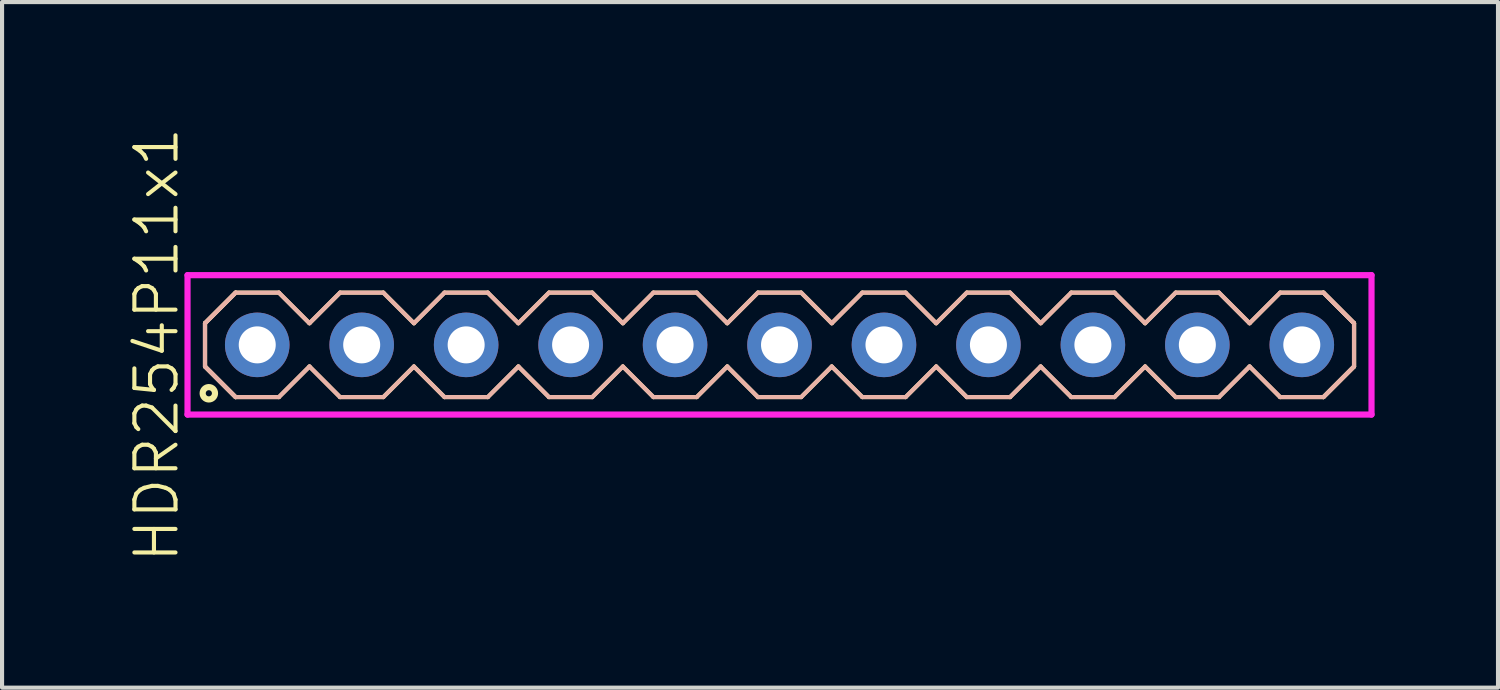
<source format=kicad_pcb>
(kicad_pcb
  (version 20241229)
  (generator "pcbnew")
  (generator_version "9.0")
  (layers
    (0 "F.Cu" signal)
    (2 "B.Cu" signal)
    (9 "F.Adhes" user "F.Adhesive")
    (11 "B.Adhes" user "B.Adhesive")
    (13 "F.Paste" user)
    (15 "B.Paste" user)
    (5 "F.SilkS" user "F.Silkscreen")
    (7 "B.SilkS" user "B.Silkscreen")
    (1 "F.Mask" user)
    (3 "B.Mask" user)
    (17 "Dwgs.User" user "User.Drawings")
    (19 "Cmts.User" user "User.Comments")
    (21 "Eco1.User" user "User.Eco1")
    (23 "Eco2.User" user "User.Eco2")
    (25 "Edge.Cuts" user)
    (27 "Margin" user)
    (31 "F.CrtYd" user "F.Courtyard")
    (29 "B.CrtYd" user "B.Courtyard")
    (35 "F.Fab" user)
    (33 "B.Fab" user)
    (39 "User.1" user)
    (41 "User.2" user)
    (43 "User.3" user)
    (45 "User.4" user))
  (footprint "HDR254P11x1"
    (layer "F.Cu")
    (at 15.905 5.336)
    (property "Reference" "HDR254P11x1" (at -15.145 0 90) (layer "F.SilkS") (effects (font (size 1 1) (thickness 0.1))))
    (attr through_hole)
    (fp_line (start -13.97 -0.526) (end -13.226 -1.27) (stroke (width 0.1) (type solid)) (layer "F.SilkS"))
    (fp_line (start -13.97 -0.526) (end -13.226 -1.27) (stroke (width 0.1) (type solid)) (layer "F.SilkS"))
    (fp_line (start -13.97 0.526) (end -13.97 -0.526) (stroke (width 0.1) (type solid)) (layer "F.SilkS"))
    (fp_line (start -13.97 0.526) (end -13.97 -0.526) (stroke (width 0.1) (type solid)) (layer "F.SilkS"))
    (fp_line (start -13.226 -1.27) (end -12.174 -1.27) (stroke (width 0.1) (type solid)) (layer "F.SilkS"))
    (fp_line (start -13.226 1.27) (end -13.97 0.526) (stroke (width 0.1) (type solid)) (layer "F.SilkS"))
    (fp_line (start -13.226 1.27) (end -13.97 0.526) (stroke (width 0.1) (type solid)) (layer "F.SilkS"))
    (fp_line (start -12.174 -1.27) (end -11.43 -0.526) (stroke (width 0.1) (type solid)) (layer "F.SilkS"))
    (fp_line (start -12.174 1.27) (end -13.226 1.27) (stroke (width 0.1) (type solid)) (layer "F.SilkS"))
    (fp_line (start -11.43 -0.526) (end -10.686 -1.27) (stroke (width 0.1) (type solid)) (layer "F.SilkS"))
    (fp_line (start -11.43 0.526) (end -12.174 1.27) (stroke (width 0.1) (type solid)) (layer "F.SilkS"))
    (fp_line (start -10.686 -1.27) (end -9.634 -1.27) (stroke (width 0.1) (type solid)) (layer "F.SilkS"))
    (fp_line (start -10.686 1.27) (end -11.43 0.526) (stroke (width 0.1) (type solid)) (layer "F.SilkS"))
    (fp_line (start -9.634 -1.27) (end -8.89 -0.526) (stroke (width 0.1) (type solid)) (layer "F.SilkS"))
    (fp_line (start -9.634 1.27) (end -10.686 1.27) (stroke (width 0.1) (type solid)) (layer "F.SilkS"))
    (fp_line (start -8.89 -0.526) (end -8.146 -1.27) (stroke (width 0.1) (type solid)) (layer "F.SilkS"))
    (fp_line (start -8.89 0.526) (end -9.634 1.27) (stroke (width 0.1) (type solid)) (layer "F.SilkS"))
    (fp_line (start -8.146 -1.27) (end -7.094 -1.27) (stroke (width 0.1) (type solid)) (layer "F.SilkS"))
    (fp_line (start -8.146 1.27) (end -8.89 0.526) (stroke (width 0.1) (type solid)) (layer "F.SilkS"))
    (fp_line (start -7.094 -1.27) (end -6.35 -0.526) (stroke (width 0.1) (type solid)) (layer "F.SilkS"))
    (fp_line (start -7.094 1.27) (end -8.146 1.27) (stroke (width 0.1) (type solid)) (layer "F.SilkS"))
    (fp_line (start -6.35 -0.526) (end -5.606 -1.27) (stroke (width 0.1) (type solid)) (layer "F.SilkS"))
    (fp_line (start -6.35 0.526) (end -7.094 1.27) (stroke (width 0.1) (type solid)) (layer "F.SilkS"))
    (fp_line (start -5.606 -1.27) (end -4.554 -1.27) (stroke (width 0.1) (type solid)) (layer "F.SilkS"))
    (fp_line (start -5.606 1.27) (end -6.35 0.526) (stroke (width 0.1) (type solid)) (layer "F.SilkS"))
    (fp_line (start -4.554 -1.27) (end -3.81 -0.526) (stroke (width 0.1) (type solid)) (layer "F.SilkS"))
    (fp_line (start -4.554 1.27) (end -5.606 1.27) (stroke (width 0.1) (type solid)) (layer "F.SilkS"))
    (fp_line (start -3.81 -0.526) (end -3.066 -1.27) (stroke (width 0.1) (type solid)) (layer "F.SilkS"))
    (fp_line (start -3.81 0.526) (end -4.554 1.27) (stroke (width 0.1) (type solid)) (layer "F.SilkS"))
    (fp_line (start -3.066 -1.27) (end -2.014 -1.27) (stroke (width 0.1) (type solid)) (layer "F.SilkS"))
    (fp_line (start -3.066 1.27) (end -3.81 0.526) (stroke (width 0.1) (type solid)) (layer "F.SilkS"))
    (fp_line (start -2.014 -1.27) (end -1.27 -0.526) (stroke (width 0.1) (type solid)) (layer "F.SilkS"))
    (fp_line (start -2.014 1.27) (end -3.066 1.27) (stroke (width 0.1) (type solid)) (layer "F.SilkS"))
    (fp_line (start -1.27 -0.526) (end -0.526 -1.27) (stroke (width 0.1) (type solid)) (layer "F.SilkS"))
    (fp_line (start -1.27 0.526) (end -2.014 1.27) (stroke (width 0.1) (type solid)) (layer "F.SilkS"))
    (fp_line (start -0.526 -1.27) (end 0.526 -1.27) (stroke (width 0.1) (type solid)) (layer "F.SilkS"))
    (fp_line (start -0.526 1.27) (end -1.27 0.526) (stroke (width 0.1) (type solid)) (layer "F.SilkS"))
    (fp_line (start 0.526 -1.27) (end 1.27 -0.526) (stroke (width 0.1) (type solid)) (layer "F.SilkS"))
    (fp_line (start 0.526 1.27) (end -0.526 1.27) (stroke (width 0.1) (type solid)) (layer "F.SilkS"))
    (fp_line (start 1.27 -0.526) (end 2.014 -1.27) (stroke (width 0.1) (type solid)) (layer "F.SilkS"))
    (fp_line (start 1.27 0.526) (end 0.526 1.27) (stroke (width 0.1) (type solid)) (layer "F.SilkS"))
    (fp_line (start 2.014 -1.27) (end 3.066 -1.27) (stroke (width 0.1) (type solid)) (layer "F.SilkS"))
    (fp_line (start 2.014 1.27) (end 1.27 0.526) (stroke (width 0.1) (type solid)) (layer "F.SilkS"))
    (fp_line (start 3.066 -1.27) (end 3.81 -0.526) (stroke (width 0.1) (type solid)) (layer "F.SilkS"))
    (fp_line (start 3.066 1.27) (end 2.014 1.27) (stroke (width 0.1) (type solid)) (layer "F.SilkS"))
    (fp_line (start 3.81 -0.526) (end 4.554 -1.27) (stroke (width 0.1) (type solid)) (layer "F.SilkS"))
    (fp_line (start 3.81 0.526) (end 3.066 1.27) (stroke (width 0.1) (type solid)) (layer "F.SilkS"))
    (fp_line (start 4.554 -1.27) (end 5.606 -1.27) (stroke (width 0.1) (type solid)) (layer "F.SilkS"))
    (fp_line (start 4.554 1.27) (end 3.81 0.526) (stroke (width 0.1) (type solid)) (layer "F.SilkS"))
    (fp_line (start 5.606 -1.27) (end 6.35 -0.526) (stroke (width 0.1) (type solid)) (layer "F.SilkS"))
    (fp_line (start 5.606 1.27) (end 4.554 1.27) (stroke (width 0.1) (type solid)) (layer "F.SilkS"))
    (fp_line (start 6.35 -0.526) (end 7.094 -1.27) (stroke (width 0.1) (type solid)) (layer "F.SilkS"))
    (fp_line (start 6.35 0.526) (end 5.606 1.27) (stroke (width 0.1) (type solid)) (layer "F.SilkS"))
    (fp_line (start 7.094 -1.27) (end 8.146 -1.27) (stroke (width 0.1) (type solid)) (layer "F.SilkS"))
    (fp_line (start 7.094 1.27) (end 6.35 0.526) (stroke (width 0.1) (type solid)) (layer "F.SilkS"))
    (fp_line (start 8.146 -1.27) (end 8.89 -0.526) (stroke (width 0.1) (type solid)) (layer "F.SilkS"))
    (fp_line (start 8.146 1.27) (end 7.094 1.27) (stroke (width 0.1) (type solid)) (layer "F.SilkS"))
    (fp_line (start 8.89 -0.526) (end 9.634 -1.27) (stroke (width 0.1) (type solid)) (layer "F.SilkS"))
    (fp_line (start 8.89 0.526) (end 8.146 1.27) (stroke (width 0.1) (type solid)) (layer "F.SilkS"))
    (fp_line (start 9.634 -1.27) (end 10.686 -1.27) (stroke (width 0.1) (type solid)) (layer "F.SilkS"))
    (fp_line (start 9.634 1.27) (end 8.89 0.526) (stroke (width 0.1) (type solid)) (layer "F.SilkS"))
    (fp_line (start 10.686 -1.27) (end 11.43 -0.526) (stroke (width 0.1) (type solid)) (layer "F.SilkS"))
    (fp_line (start 10.686 1.27) (end 9.634 1.27) (stroke (width 0.1) (type solid)) (layer "F.SilkS"))
    (fp_line (start 11.43 -0.526) (end 12.174 -1.27) (stroke (width 0.1) (type solid)) (layer "F.SilkS"))
    (fp_line (start 11.43 0.526) (end 10.686 1.27) (stroke (width 0.1) (type solid)) (layer "F.SilkS"))
    (fp_line (start 12.174 -1.27) (end 13.226 -1.27) (stroke (width 0.1) (type solid)) (layer "F.SilkS"))
    (fp_line (start 12.174 1.27) (end 11.43 0.526) (stroke (width 0.1) (type solid)) (layer "F.SilkS"))
    (fp_line (start 13.226 -1.27) (end 13.97 -0.526) (stroke (width 0.1) (type solid)) (layer "F.SilkS"))
    (fp_line (start 13.226 -1.27) (end 13.97 -0.526) (stroke (width 0.1) (type solid)) (layer "F.SilkS"))
    (fp_line (start 13.226 1.27) (end 12.174 1.27) (stroke (width 0.1) (type solid)) (layer "F.SilkS"))
    (fp_line (start 13.97 -0.526) (end 13.97 0.526) (stroke (width 0.1) (type solid)) (layer "F.SilkS"))
    (fp_line (start 13.97 -0.526) (end 13.97 0.526) (stroke (width 0.1) (type solid)) (layer "F.SilkS"))
    (fp_line (start 13.97 0.526) (end 13.226 1.27) (stroke (width 0.1) (type solid)) (layer "F.SilkS"))
    (fp_line (start 13.97 0.526) (end 13.226 1.27) (stroke (width 0.1) (type solid)) (layer "F.SilkS"))
    (fp_circle (center -13.877 1.177) (end -13.727 1.177) (stroke (width 0.15) (type solid)) (fill no) (layer "F.SilkS"))
    (fp_line (start -13.97 -0.526) (end -13.226 -1.27) (stroke (width 0.1) (type solid)) (layer "B.SilkS"))
    (fp_line (start -13.97 -0.526) (end -13.226 -1.27) (stroke (width 0.1) (type solid)) (layer "B.SilkS"))
    (fp_line (start -13.97 0.526) (end -13.97 -0.526) (stroke (width 0.1) (type solid)) (layer "B.SilkS"))
    (fp_line (start -13.97 0.526) (end -13.97 -0.526) (stroke (width 0.1) (type solid)) (layer "B.SilkS"))
    (fp_line (start -13.226 -1.27) (end -12.174 -1.27) (stroke (width 0.1) (type solid)) (layer "B.SilkS"))
    (fp_line (start -13.226 1.27) (end -13.97 0.526) (stroke (width 0.1) (type solid)) (layer "B.SilkS"))
    (fp_line (start -13.226 1.27) (end -13.97 0.526) (stroke (width 0.1) (type solid)) (layer "B.SilkS"))
    (fp_line (start -12.174 -1.27) (end -11.43 -0.526) (stroke (width 0.1) (type solid)) (layer "B.SilkS"))
    (fp_line (start -12.174 1.27) (end -13.226 1.27) (stroke (width 0.1) (type solid)) (layer "B.SilkS"))
    (fp_line (start -11.43 -0.526) (end -10.686 -1.27) (stroke (width 0.1) (type solid)) (layer "B.SilkS"))
    (fp_line (start -11.43 0.526) (end -12.174 1.27) (stroke (width 0.1) (type solid)) (layer "B.SilkS"))
    (fp_line (start -10.686 -1.27) (end -9.634 -1.27) (stroke (width 0.1) (type solid)) (layer "B.SilkS"))
    (fp_line (start -10.686 1.27) (end -11.43 0.526) (stroke (width 0.1) (type solid)) (layer "B.SilkS"))
    (fp_line (start -9.634 -1.27) (end -8.89 -0.526) (stroke (width 0.1) (type solid)) (layer "B.SilkS"))
    (fp_line (start -9.634 1.27) (end -10.686 1.27) (stroke (width 0.1) (type solid)) (layer "B.SilkS"))
    (fp_line (start -8.89 -0.526) (end -8.146 -1.27) (stroke (width 0.1) (type solid)) (layer "B.SilkS"))
    (fp_line (start -8.89 0.526) (end -9.634 1.27) (stroke (width 0.1) (type solid)) (layer "B.SilkS"))
    (fp_line (start -8.146 -1.27) (end -7.094 -1.27) (stroke (width 0.1) (type solid)) (layer "B.SilkS"))
    (fp_line (start -8.146 1.27) (end -8.89 0.526) (stroke (width 0.1) (type solid)) (layer "B.SilkS"))
    (fp_line (start -7.094 -1.27) (end -6.35 -0.526) (stroke (width 0.1) (type solid)) (layer "B.SilkS"))
    (fp_line (start -7.094 1.27) (end -8.146 1.27) (stroke (width 0.1) (type solid)) (layer "B.SilkS"))
    (fp_line (start -6.35 -0.526) (end -5.606 -1.27) (stroke (width 0.1) (type solid)) (layer "B.SilkS"))
    (fp_line (start -6.35 0.526) (end -7.094 1.27) (stroke (width 0.1) (type solid)) (layer "B.SilkS"))
    (fp_line (start -5.606 -1.27) (end -4.554 -1.27) (stroke (width 0.1) (type solid)) (layer "B.SilkS"))
    (fp_line (start -5.606 1.27) (end -6.35 0.526) (stroke (width 0.1) (type solid)) (layer "B.SilkS"))
    (fp_line (start -4.554 -1.27) (end -3.81 -0.526) (stroke (width 0.1) (type solid)) (layer "B.SilkS"))
    (fp_line (start -4.554 1.27) (end -5.606 1.27) (stroke (width 0.1) (type solid)) (layer "B.SilkS"))
    (fp_line (start -3.81 -0.526) (end -3.066 -1.27) (stroke (width 0.1) (type solid)) (layer "B.SilkS"))
    (fp_line (start -3.81 0.526) (end -4.554 1.27) (stroke (width 0.1) (type solid)) (layer "B.SilkS"))
    (fp_line (start -3.066 -1.27) (end -2.014 -1.27) (stroke (width 0.1) (type solid)) (layer "B.SilkS"))
    (fp_line (start -3.066 1.27) (end -3.81 0.526) (stroke (width 0.1) (type solid)) (layer "B.SilkS"))
    (fp_line (start -2.014 -1.27) (end -1.27 -0.526) (stroke (width 0.1) (type solid)) (layer "B.SilkS"))
    (fp_line (start -2.014 1.27) (end -3.066 1.27) (stroke (width 0.1) (type solid)) (layer "B.SilkS"))
    (fp_line (start -1.27 -0.526) (end -0.526 -1.27) (stroke (width 0.1) (type solid)) (layer "B.SilkS"))
    (fp_line (start -1.27 0.526) (end -2.014 1.27) (stroke (width 0.1) (type solid)) (layer "B.SilkS"))
    (fp_line (start -0.526 -1.27) (end 0.526 -1.27) (stroke (width 0.1) (type solid)) (layer "B.SilkS"))
    (fp_line (start -0.526 1.27) (end -1.27 0.526) (stroke (width 0.1) (type solid)) (layer "B.SilkS"))
    (fp_line (start 0.526 -1.27) (end 1.27 -0.526) (stroke (width 0.1) (type solid)) (layer "B.SilkS"))
    (fp_line (start 0.526 1.27) (end -0.526 1.27) (stroke (width 0.1) (type solid)) (layer "B.SilkS"))
    (fp_line (start 1.27 -0.526) (end 2.014 -1.27) (stroke (width 0.1) (type solid)) (layer "B.SilkS"))
    (fp_line (start 1.27 0.526) (end 0.526 1.27) (stroke (width 0.1) (type solid)) (layer "B.SilkS"))
    (fp_line (start 2.014 -1.27) (end 3.066 -1.27) (stroke (width 0.1) (type solid)) (layer "B.SilkS"))
    (fp_line (start 2.014 1.27) (end 1.27 0.526) (stroke (width 0.1) (type solid)) (layer "B.SilkS"))
    (fp_line (start 3.066 -1.27) (end 3.81 -0.526) (stroke (width 0.1) (type solid)) (layer "B.SilkS"))
    (fp_line (start 3.066 1.27) (end 2.014 1.27) (stroke (width 0.1) (type solid)) (layer "B.SilkS"))
    (fp_line (start 3.81 -0.526) (end 4.554 -1.27) (stroke (width 0.1) (type solid)) (layer "B.SilkS"))
    (fp_line (start 3.81 0.526) (end 3.066 1.27) (stroke (width 0.1) (type solid)) (layer "B.SilkS"))
    (fp_line (start 4.554 -1.27) (end 5.606 -1.27) (stroke (width 0.1) (type solid)) (layer "B.SilkS"))
    (fp_line (start 4.554 1.27) (end 3.81 0.526) (stroke (width 0.1) (type solid)) (layer "B.SilkS"))
    (fp_line (start 5.606 -1.27) (end 6.35 -0.526) (stroke (width 0.1) (type solid)) (layer "B.SilkS"))
    (fp_line (start 5.606 1.27) (end 4.554 1.27) (stroke (width 0.1) (type solid)) (layer "B.SilkS"))
    (fp_line (start 6.35 -0.526) (end 7.094 -1.27) (stroke (width 0.1) (type solid)) (layer "B.SilkS"))
    (fp_line (start 6.35 0.526) (end 5.606 1.27) (stroke (width 0.1) (type solid)) (layer "B.SilkS"))
    (fp_line (start 7.094 -1.27) (end 8.146 -1.27) (stroke (width 0.1) (type solid)) (layer "B.SilkS"))
    (fp_line (start 7.094 1.27) (end 6.35 0.526) (stroke (width 0.1) (type solid)) (layer "B.SilkS"))
    (fp_line (start 8.146 -1.27) (end 8.89 -0.526) (stroke (width 0.1) (type solid)) (layer "B.SilkS"))
    (fp_line (start 8.146 1.27) (end 7.094 1.27) (stroke (width 0.1) (type solid)) (layer "B.SilkS"))
    (fp_line (start 8.89 -0.526) (end 9.634 -1.27) (stroke (width 0.1) (type solid)) (layer "B.SilkS"))
    (fp_line (start 8.89 0.526) (end 8.146 1.27) (stroke (width 0.1) (type solid)) (layer "B.SilkS"))
    (fp_line (start 9.634 -1.27) (end 10.686 -1.27) (stroke (width 0.1) (type solid)) (layer "B.SilkS"))
    (fp_line (start 9.634 1.27) (end 8.89 0.526) (stroke (width 0.1) (type solid)) (layer "B.SilkS"))
    (fp_line (start 10.686 -1.27) (end 11.43 -0.526) (stroke (width 0.1) (type solid)) (layer "B.SilkS"))
    (fp_line (start 10.686 1.27) (end 9.634 1.27) (stroke (width 0.1) (type solid)) (layer "B.SilkS"))
    (fp_line (start 11.43 -0.526) (end 12.174 -1.27) (stroke (width 0.1) (type solid)) (layer "B.SilkS"))
    (fp_line (start 11.43 0.526) (end 10.686 1.27) (stroke (width 0.1) (type solid)) (layer "B.SilkS"))
    (fp_line (start 12.174 -1.27) (end 13.226 -1.27) (stroke (width 0.1) (type solid)) (layer "B.SilkS"))
    (fp_line (start 12.174 1.27) (end 11.43 0.526) (stroke (width 0.1) (type solid)) (layer "B.SilkS"))
    (fp_line (start 13.226 -1.27) (end 13.97 -0.526) (stroke (width 0.1) (type solid)) (layer "B.SilkS"))
    (fp_line (start 13.226 -1.27) (end 13.97 -0.526) (stroke (width 0.1) (type solid)) (layer "B.SilkS"))
    (fp_line (start 13.226 1.27) (end 12.174 1.27) (stroke (width 0.1) (type solid)) (layer "B.SilkS"))
    (fp_line (start 13.97 -0.526) (end 13.97 0.526) (stroke (width 0.1) (type solid)) (layer "B.SilkS"))
    (fp_line (start 13.97 -0.526) (end 13.97 0.526) (stroke (width 0.1) (type solid)) (layer "B.SilkS"))
    (fp_line (start 13.97 0.526) (end 13.226 1.27) (stroke (width 0.1) (type solid)) (layer "B.SilkS"))
    (fp_line (start 13.97 0.526) (end 13.226 1.27) (stroke (width 0.1) (type solid)) (layer "B.SilkS"))
    (fp_line (start -14.395 -1.695) (end -14.395 1.695) (stroke (width 0.15) (type solid)) (layer "F.CrtYd"))
    (fp_line (start -14.395 1.695) (end 14.395 1.695) (stroke (width 0.15) (type solid)) (layer "F.CrtYd"))
    (fp_line (start 14.395 -1.695) (end -14.395 -1.695) (stroke (width 0.15) (type solid)) (layer "F.CrtYd"))
    (fp_line (start 14.395 1.695) (end 14.395 -1.695) (stroke (width 0.15) (type solid)) (layer "F.CrtYd"))
    (pad "1" thru_hole oval (at -12.7 0) (size 1.57 1.57) (drill 0.9) (layers "*.Cu" "*.Mask"))
    (pad "2" thru_hole oval (at -10.16 0) (size 1.57 1.57) (drill 0.9) (layers "*.Cu" "*.Mask"))
    (pad "3" thru_hole oval (at -7.62 0) (size 1.57 1.57) (drill 0.9) (layers "*.Cu" "*.Mask"))
    (pad "4" thru_hole oval (at -5.08 0) (size 1.57 1.57) (drill 0.9) (layers "*.Cu" "*.Mask"))
    (pad "5" thru_hole oval (at -2.54 0) (size 1.57 1.57) (drill 0.9) (layers "*.Cu" "*.Mask"))
    (pad "6" thru_hole oval (at 0 0) (size 1.57 1.57) (drill 0.9) (layers "*.Cu" "*.Mask"))
    (pad "7" thru_hole oval (at 2.54 0) (size 1.57 1.57) (drill 0.9) (layers "*.Cu" "*.Mask"))
    (pad "8" thru_hole oval (at 5.08 0) (size 1.57 1.57) (drill 0.9) (layers "*.Cu" "*.Mask"))
    (pad "9" thru_hole oval (at 7.62 0) (size 1.57 1.57) (drill 0.9) (layers "*.Cu" "*.Mask"))
    (pad "10" thru_hole oval (at 10.16 0) (size 1.57 1.57) (drill 0.9) (layers "*.Cu" "*.Mask"))
    (pad "11" thru_hole oval (at 12.7 0) (size 1.57 1.57) (drill 0.9) (layers "*.Cu" "*.Mask")))
  (gr_rect
    (start -3 -3)
    (end 33.376 13.671)
    (stroke (width 0.1) (type default))
    (fill no)
    (layer "Edge.Cuts")))
</source>
